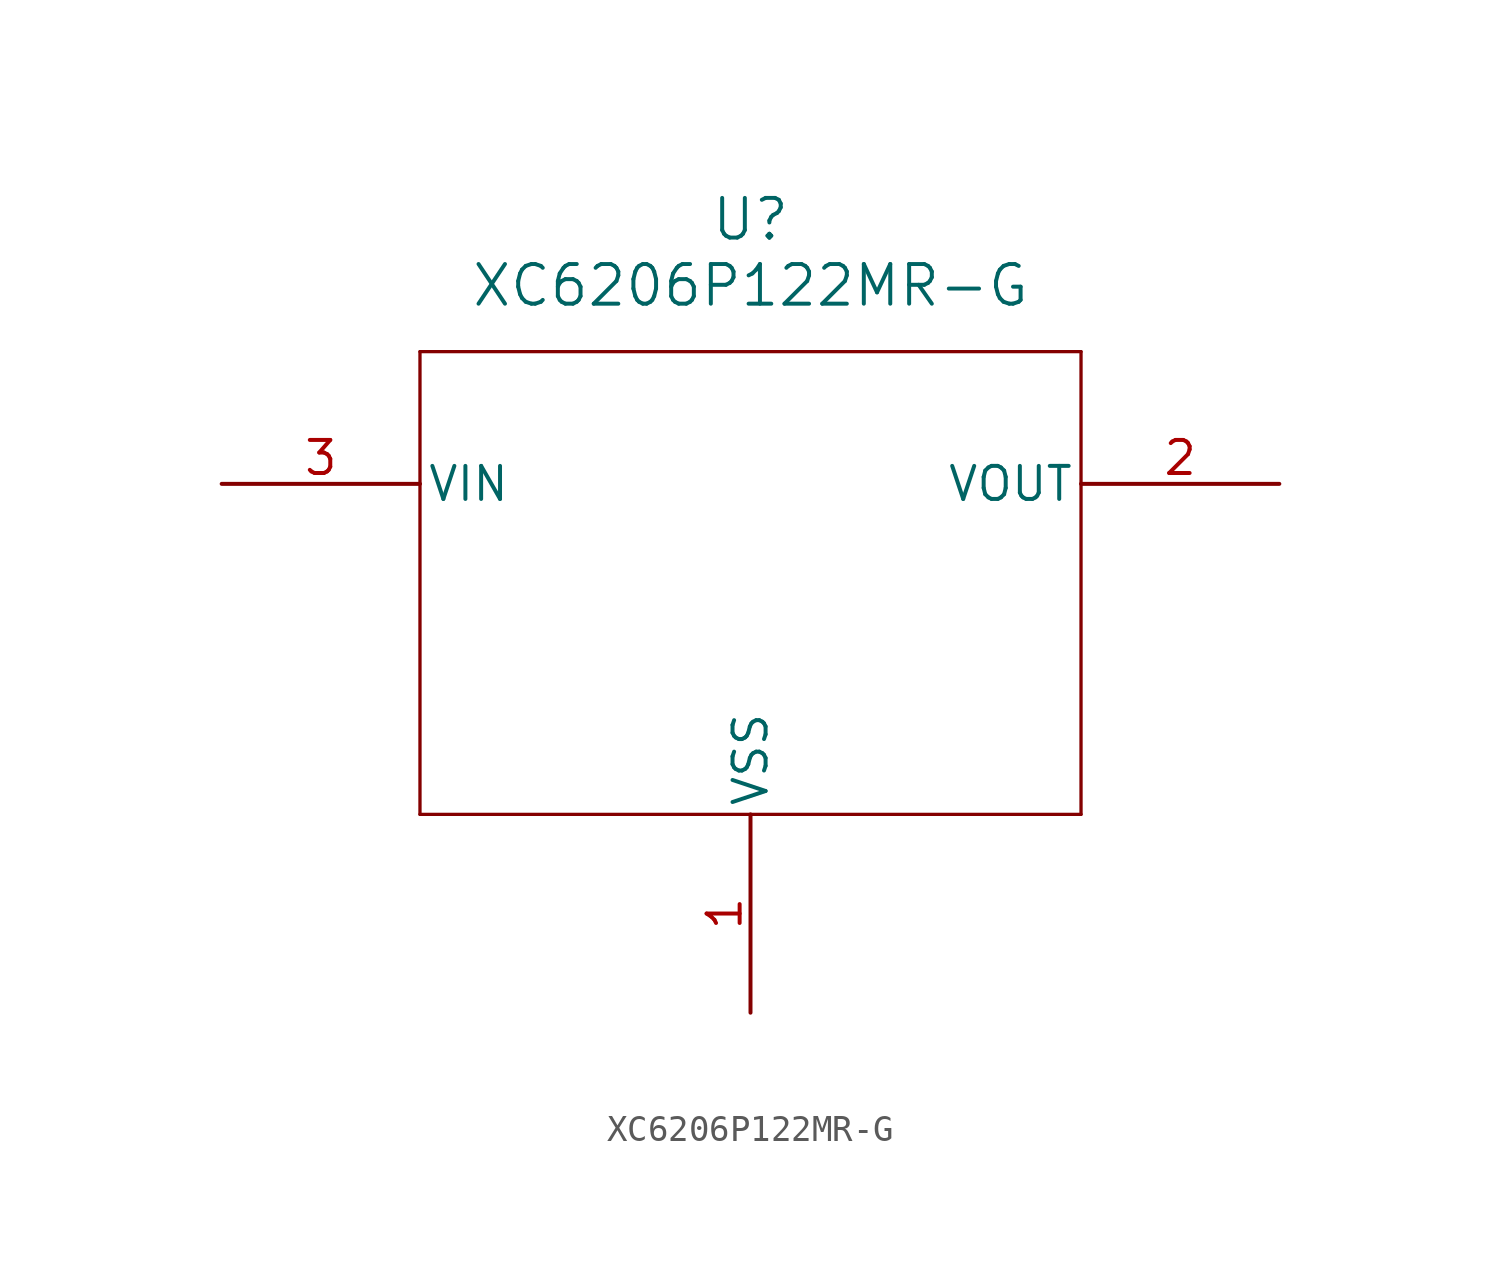
<source format=kicad_sym>
(kicad_symbol_lib
  (version 20211014)
  (generator kicad_symbol_editor)
  (symbol "XC6206P122MR-G"
    (pin_names
      (offset 0.254))
    (property "Reference" "U"
      (at 20.32 10.16 0)
      (effects (font (size 1.524 1.524))))
    (property "Value" "XC6206P122MR-G"
      (at 20.32 7.62 0)
      (effects (font (size 1.524 1.524))))
    (symbol "XC6206P122MR-G_0_1"
      (polyline (pts (xy 7.62 5.08) (xy 7.62 -12.7)) (stroke (width 0.127) (type default) (color 0 0 0 0)) (fill (type none)))
      (polyline (pts (xy 7.62 -12.7) (xy 33.02 -12.7)) (stroke (width 0.127) (type default) (color 0 0 0 0)) (fill (type none)))
      (polyline (pts (xy 33.02 -12.7) (xy 33.02 5.08)) (stroke (width 0.127) (type default) (color 0 0 0 0)) (fill (type none)))
      (polyline (pts (xy 33.02 5.08) (xy 7.62 5.08)) (stroke (width 0.127) (type default) (color 0 0 0 0)) (fill (type none)))
      (pin power_out line (at 20.32 -20.32 90) (length 7.62) (name "VSS" (effects (font (size 1.27 1.27)))) (number "1" (effects (font (size 1.27 1.27)))))
      (pin output line (at 40.64 0 180) (length 7.62) (name "VOUT" (effects (font (size 1.27 1.27)))) (number "2" (effects (font (size 1.27 1.27)))))
      (pin power_in line (at 0 0 0) (length 7.62) (name "VIN" (effects (font (size 1.27 1.27)))) (number "3" (effects (font (size 1.27 1.27))))))))
</source>
